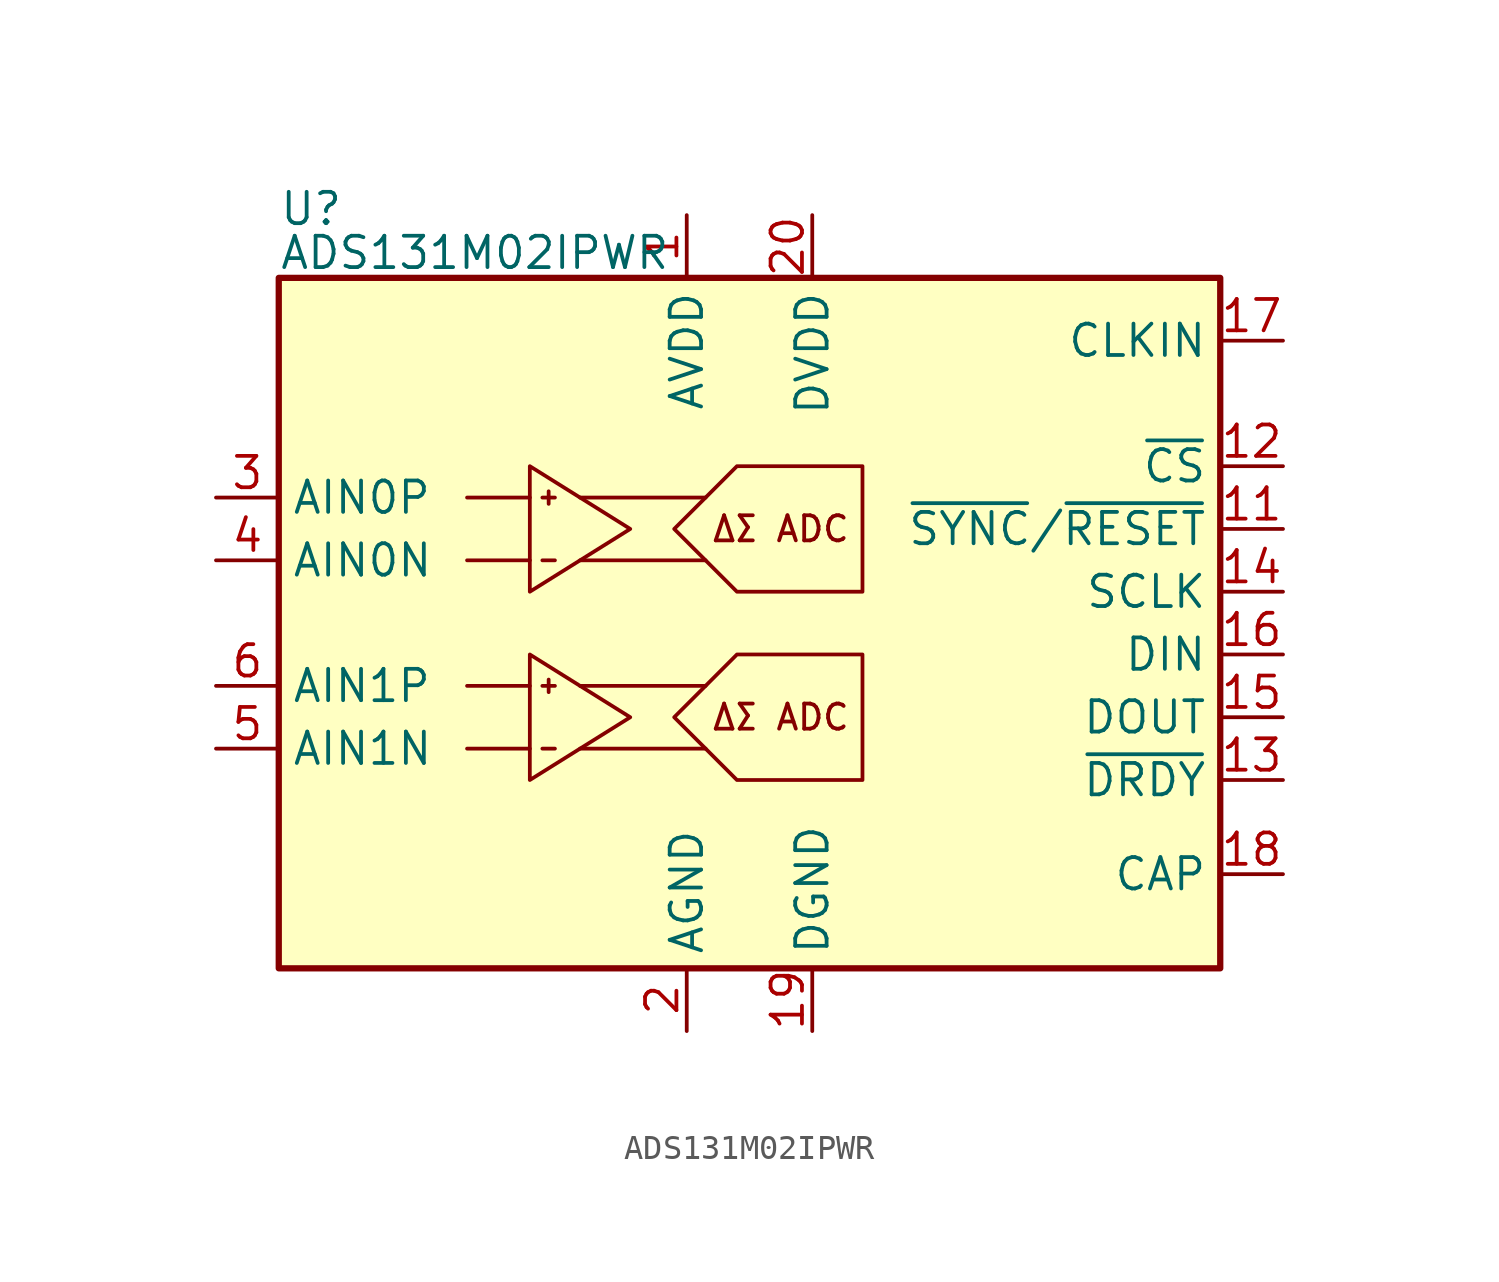
<source format=kicad_sym>
(kicad_symbol_lib
  (version 20241209)
  (generator "kicad_symbol_editor")
  (generator_version "9.0")
  (symbol "ADS131M02IPWR"
    (property "Reference" "U"
      (at -12.7 24.384 0)
      (effects (font (size 1.27 1.27)) (justify left)))
    (property "Value" "ADS131M02IPWR"
      (at -12.7 22.606 0)
      (effects (font (size 1.27 1.27)) (justify left)))
    (symbol "ADS131M02IPWR_0_1"
      (polyline (pts (xy -2.54 13.97) (xy -2.54 8.89) (xy 1.524 11.43) (xy -2.54 13.97)) (stroke (width 0) (type default)) (fill (type none)))
      (polyline (pts (xy -2.54 12.7) (xy -5.08 12.7)) (stroke (width 0) (type default)) (fill (type none)))
      (polyline (pts (xy -2.54 10.16) (xy -5.08 10.16)) (stroke (width 0) (type default)) (fill (type none)))
      (polyline (pts (xy -2.54 6.35) (xy -2.54 1.27) (xy 1.524 3.81) (xy -2.54 6.35)) (stroke (width 0) (type default)) (fill (type none)))
      (polyline (pts (xy -2.54 5.08) (xy -5.08 5.08)) (stroke (width 0) (type default)) (fill (type none)))
      (polyline (pts (xy -2.54 2.54) (xy -5.08 2.54)) (stroke (width 0) (type default)) (fill (type none)))
      (polyline (pts (xy -2.032 12.7) (xy -1.524 12.7)) (stroke (width 0) (type default)) (fill (type none)))
      (polyline (pts (xy -2.032 10.16) (xy -1.524 10.16)) (stroke (width 0) (type default)) (fill (type none)))
      (polyline (pts (xy -2.032 5.08) (xy -1.524 5.08)) (stroke (width 0) (type default)) (fill (type none)))
      (polyline (pts (xy -2.032 2.54) (xy -1.524 2.54)) (stroke (width 0) (type default)) (fill (type none)))
      (polyline (pts (xy -1.778 12.954) (xy -1.778 12.446)) (stroke (width 0) (type default)) (fill (type none)))
      (polyline (pts (xy -1.778 5.334) (xy -1.778 4.826)) (stroke (width 0) (type default)) (fill (type none)))
      (polyline (pts (xy -0.508 12.7) (xy 4.572 12.7)) (stroke (width 0) (type default)) (fill (type none)))
      (polyline (pts (xy -0.508 10.16) (xy 4.572 10.16)) (stroke (width 0) (type default)) (fill (type none)))
      (polyline (pts (xy -0.508 5.08) (xy 4.572 5.08)) (stroke (width 0) (type default)) (fill (type none)))
      (polyline (pts (xy -0.508 2.54) (xy 4.572 2.54)) (stroke (width 0) (type default)) (fill (type none)))
      (polyline (pts (xy 3.302 11.43) (xy 5.842 13.97) (xy 10.922 13.97) (xy 10.922 8.89) (xy 5.842 8.89) (xy 3.302 11.43)) (stroke (width 0) (type default)) (fill (type none)))
      (polyline (pts (xy 3.302 3.81) (xy 5.842 6.35) (xy 10.922 6.35) (xy 10.922 1.27) (xy 5.842 1.27) (xy 3.302 3.81)) (stroke (width 0) (type default)) (fill (type none))))
    (symbol "ADS131M02IPWR_1_0"
      (pin input line (at -15.24 2.54 0) (length 2.54) (name "AIN1N" (effects (font (size 1.27 1.27)))) (number "5" (effects (font (size 1.27 1.27)))))
      (pin power_in line (at 8.89 24.13 270) (length 2.54) (name "DVDD" (effects (font (size 1.27 1.27)))) (number "20" (effects (font (size 1.27 1.27)))))
      (pin power_in line (at 8.89 -8.89 90) (length 2.54) (name "DGND" (effects (font (size 1.27 1.27)))) (number "19" (effects (font (size 1.27 1.27)))))
      (pin input line (at 27.94 19.05 180) (length 2.54) (name "CLKIN" (effects (font (size 1.27 1.27)))) (number "17" (effects (font (size 1.27 1.27)))))
      (pin input line (at 27.94 6.35 180) (length 2.54) (name "DIN" (effects (font (size 1.27 1.27)))) (number "16" (effects (font (size 1.27 1.27)))))
      (pin output line (at 27.94 3.81 180) (length 2.54) (name "DOUT" (effects (font (size 1.27 1.27)))) (number "15" (effects (font (size 1.27 1.27)))))
      (pin passive line (at 27.94 -2.54 180) (length 2.54) (name "CAP" (effects (font (size 1.27 1.27)))) (number "18" (effects (font (size 1.27 1.27))))))
    (symbol "ADS131M02IPWR_1_1"
      (rectangle (start -12.7 21.59) (end 25.4 -6.35) (stroke (width 0.254) (type default)) (fill (type background)))
      (text "ΔΣ ADC" (at 7.62 11.43 0) (effects (font (size 1.016 1.016))))
      (text "ΔΣ ADC" (at 7.62 3.81 0) (effects (font (size 1.016 1.016))))
      (pin input line (at -15.24 12.7 0) (length 2.54) (name "AIN0P" (effects (font (size 1.27 1.27)))) (number "3" (effects (font (size 1.27 1.27)))))
      (pin input line (at -15.24 10.16 0) (length 2.54) (name "AIN0N" (effects (font (size 1.27 1.27)))) (number "4" (effects (font (size 1.27 1.27)))))
      (pin input line (at -15.24 5.08 0) (length 2.54) (name "AIN1P" (effects (font (size 1.27 1.27)))) (number "6" (effects (font (size 1.27 1.27)))))
      (pin power_in line (at 3.81 24.13 270) (length 2.54) (name "AVDD" (effects (font (size 1.27 1.27)))) (number "1" (effects (font (size 1.27 1.27)))))
      (pin power_in line (at 3.81 -8.89 90) (length 2.54) (name "AGND" (effects (font (size 1.27 1.27)))) (number "2" (effects (font (size 1.27 1.27)))))
      (pin input line (at 27.94 13.97 180) (length 2.54) (name "~{CS}" (effects (font (size 1.27 1.27)))) (number "12" (effects (font (size 1.27 1.27)))))
      (pin input line (at 27.94 11.43 180) (length 2.54) (name "~{SYNC}/~{RESET}" (effects (font (size 1.27 1.27)))) (number "11" (effects (font (size 1.27 1.27)))))
      (pin input line (at 27.94 8.89 180) (length 2.54) (name "SCLK" (effects (font (size 1.27 1.27)))) (number "14" (effects (font (size 1.27 1.27)))))
      (pin open_collector line (at 27.94 1.27 180) (length 2.54) (name "~{DRDY}" (effects (font (size 1.27 1.27)))) (number "13" (effects (font (size 1.27 1.27))))))))
</source>
